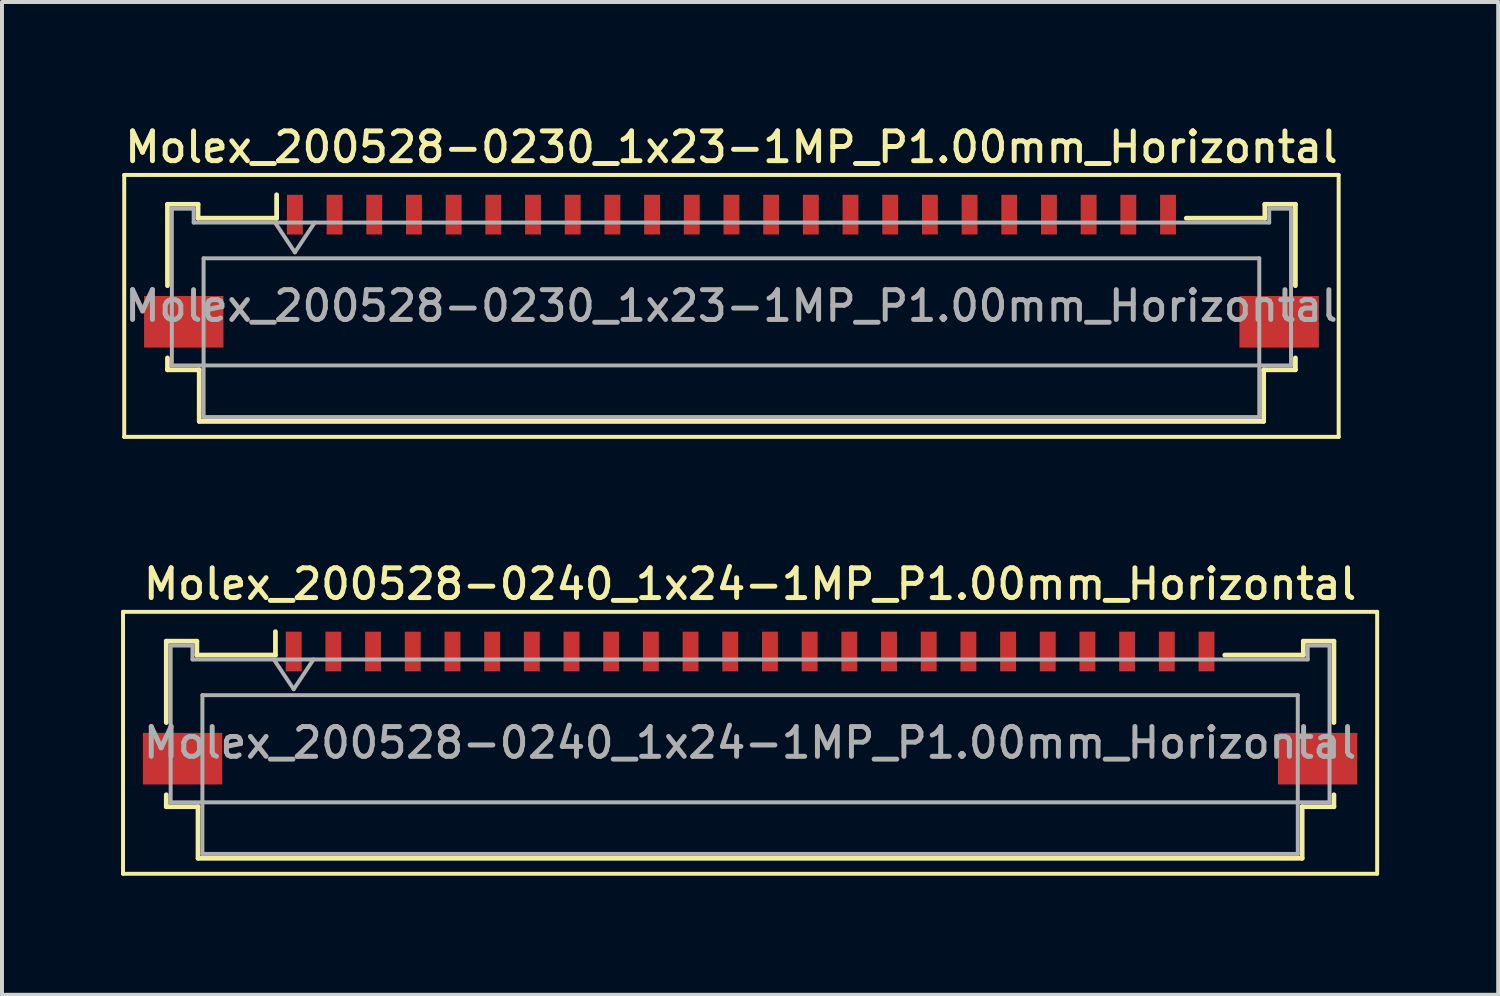
<source format=kicad_pcb>
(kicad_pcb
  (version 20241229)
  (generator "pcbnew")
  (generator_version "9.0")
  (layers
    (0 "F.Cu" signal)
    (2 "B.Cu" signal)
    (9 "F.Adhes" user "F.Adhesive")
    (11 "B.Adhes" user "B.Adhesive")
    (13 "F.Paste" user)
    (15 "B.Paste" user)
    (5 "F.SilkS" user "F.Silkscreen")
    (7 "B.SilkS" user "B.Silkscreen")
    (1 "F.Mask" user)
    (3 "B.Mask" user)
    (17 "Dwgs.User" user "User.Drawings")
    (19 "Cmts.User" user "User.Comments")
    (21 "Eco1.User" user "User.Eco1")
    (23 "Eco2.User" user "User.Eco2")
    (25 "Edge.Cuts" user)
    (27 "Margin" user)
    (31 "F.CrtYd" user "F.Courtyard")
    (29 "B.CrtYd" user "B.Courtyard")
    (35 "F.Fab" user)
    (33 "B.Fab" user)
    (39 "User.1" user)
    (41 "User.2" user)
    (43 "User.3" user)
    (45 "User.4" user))
  (footprint "Molex_200528-0230_1x23-1MP_P1.00mm_Horizontal"
    (layer "F.Cu")
    (at 15.38 3.268)
    (property "Reference" "Molex_200528-0230_1x23-1MP_P1.00mm_Horizontal" (at 0 -2.61 0) (layer "F.SilkS") (effects (font (size 0.75 0.75) (thickness 0.125))))
    (attr smd)
    (fp_line (start -15.3 -1.91) (end -15.3 4.69) (stroke (width 0.1) (type solid)) (layer "F.SilkS"))
    (fp_line (start -15.3 4.69) (end 15.3 4.69) (stroke (width 0.1) (type solid)) (layer "F.SilkS"))
    (fp_line (start -14.21 -1.17) (end -14.21 0.88) (stroke (width 0.12) (type solid)) (layer "F.SilkS"))
    (fp_line (start -14.21 2.7) (end -14.21 3) (stroke (width 0.12) (type solid)) (layer "F.SilkS"))
    (fp_line (start -14.21 3) (end -13.41 3) (stroke (width 0.12) (type solid)) (layer "F.SilkS"))
    (fp_line (start -13.44 -1.17) (end -14.21 -1.17) (stroke (width 0.12) (type solid)) (layer "F.SilkS"))
    (fp_line (start -13.44 -0.82) (end -13.44 -1.17) (stroke (width 0.12) (type solid)) (layer "F.SilkS"))
    (fp_line (start -13.41 3) (end -13.41 4.3) (stroke (width 0.12) (type solid)) (layer "F.SilkS"))
    (fp_line (start -13.41 4.3) (end 13.41 4.3) (stroke (width 0.12) (type solid)) (layer "F.SilkS"))
    (fp_line (start -11.46 -1.41) (end -11.46 -0.82) (stroke (width 0.12) (type solid)) (layer "F.SilkS"))
    (fp_line (start -11.46 -0.82) (end -13.44 -0.82) (stroke (width 0.12) (type solid)) (layer "F.SilkS"))
    (fp_line (start 13.41 3) (end 14.21 3) (stroke (width 0.12) (type solid)) (layer "F.SilkS"))
    (fp_line (start 13.41 4.3) (end 13.41 3) (stroke (width 0.12) (type solid)) (layer "F.SilkS"))
    (fp_line (start 13.44 -1.17) (end 13.44 -0.82) (stroke (width 0.12) (type solid)) (layer "F.SilkS"))
    (fp_line (start 13.44 -0.82) (end 11.46 -0.82) (stroke (width 0.12) (type solid)) (layer "F.SilkS"))
    (fp_line (start 14.21 -1.17) (end 13.44 -1.17) (stroke (width 0.12) (type solid)) (layer "F.SilkS"))
    (fp_line (start 14.21 0.88) (end 14.21 -1.17) (stroke (width 0.12) (type solid)) (layer "F.SilkS"))
    (fp_line (start 14.21 3) (end 14.21 2.7) (stroke (width 0.12) (type solid)) (layer "F.SilkS"))
    (fp_line (start 15.3 -1.91) (end -15.3 -1.91) (stroke (width 0.1) (type solid)) (layer "F.SilkS"))
    (fp_line (start 15.3 4.69) (end 15.3 -1.91) (stroke (width 0.1) (type solid)) (layer "F.SilkS"))
    (fp_line (start -14.1 -1.06) (end -14.1 2.89) (stroke (width 0.1) (type solid)) (layer "F.Fab"))
    (fp_line (start -14.1 2.89) (end 14.1 2.89) (stroke (width 0.1) (type solid)) (layer "F.Fab"))
    (fp_line (start -13.55 -1.06) (end -14.1 -1.06) (stroke (width 0.1) (type solid)) (layer "F.Fab"))
    (fp_line (start -13.55 -0.71) (end -13.55 -1.06) (stroke (width 0.1) (type solid)) (layer "F.Fab"))
    (fp_line (start -13.3 0.19) (end -13.3 4.19) (stroke (width 0.1) (type solid)) (layer "F.Fab"))
    (fp_line (start -13.3 4.19) (end 13.3 4.19) (stroke (width 0.1) (type solid)) (layer "F.Fab"))
    (fp_line (start -11.5 -0.71) (end -11 0.04) (stroke (width 0.1) (type solid)) (layer "F.Fab"))
    (fp_line (start -11 0.04) (end -10.5 -0.71) (stroke (width 0.1) (type solid)) (layer "F.Fab"))
    (fp_line (start 13.3 0.19) (end -13.3 0.19) (stroke (width 0.1) (type solid)) (layer "F.Fab"))
    (fp_line (start 13.3 4.19) (end 13.3 0.19) (stroke (width 0.1) (type solid)) (layer "F.Fab"))
    (fp_line (start 13.55 -1.06) (end 13.55 -0.71) (stroke (width 0.1) (type solid)) (layer "F.Fab"))
    (fp_line (start 13.55 -0.71) (end -13.55 -0.71) (stroke (width 0.1) (type solid)) (layer "F.Fab"))
    (fp_line (start 14.1 -1.06) (end 13.55 -1.06) (stroke (width 0.1) (type solid)) (layer "F.Fab"))
    (fp_line (start 14.1 2.89) (end 14.1 -1.06) (stroke (width 0.1) (type solid)) (layer "F.Fab"))
    (fp_text user "${REFERENCE}" (at 0 1.39 0) (layer "F.Fab") (effects (font (size 0.75 0.75) (thickness 0.125))))
    (pad "1" smd rect (at -11 -0.91) (size 0.4 1) (layers "F.Cu" "F.Mask" "F.Paste"))
    (pad "2" smd rect (at -10 -0.91) (size 0.4 1) (layers "F.Cu" "F.Mask" "F.Paste"))
    (pad "3" smd rect (at -9 -0.91) (size 0.4 1) (layers "F.Cu" "F.Mask" "F.Paste"))
    (pad "4" smd rect (at -8 -0.91) (size 0.4 1) (layers "F.Cu" "F.Mask" "F.Paste"))
    (pad "5" smd rect (at -7 -0.91) (size 0.4 1) (layers "F.Cu" "F.Mask" "F.Paste"))
    (pad "6" smd rect (at -6 -0.91) (size 0.4 1) (layers "F.Cu" "F.Mask" "F.Paste"))
    (pad "7" smd rect (at -5 -0.91) (size 0.4 1) (layers "F.Cu" "F.Mask" "F.Paste"))
    (pad "8" smd rect (at -4 -0.91) (size 0.4 1) (layers "F.Cu" "F.Mask" "F.Paste"))
    (pad "9" smd rect (at -3 -0.91) (size 0.4 1) (layers "F.Cu" "F.Mask" "F.Paste"))
    (pad "10" smd rect (at -2 -0.91) (size 0.4 1) (layers "F.Cu" "F.Mask" "F.Paste"))
    (pad "11" smd rect (at -1 -0.91) (size 0.4 1) (layers "F.Cu" "F.Mask" "F.Paste"))
    (pad "12" smd rect (at 0 -0.91) (size 0.4 1) (layers "F.Cu" "F.Mask" "F.Paste"))
    (pad "13" smd rect (at 1 -0.91) (size 0.4 1) (layers "F.Cu" "F.Mask" "F.Paste"))
    (pad "14" smd rect (at 2 -0.91) (size 0.4 1) (layers "F.Cu" "F.Mask" "F.Paste"))
    (pad "15" smd rect (at 3 -0.91) (size 0.4 1) (layers "F.Cu" "F.Mask" "F.Paste"))
    (pad "16" smd rect (at 4 -0.91) (size 0.4 1) (layers "F.Cu" "F.Mask" "F.Paste"))
    (pad "17" smd rect (at 5 -0.91) (size 0.4 1) (layers "F.Cu" "F.Mask" "F.Paste"))
    (pad "18" smd rect (at 6 -0.91) (size 0.4 1) (layers "F.Cu" "F.Mask" "F.Paste"))
    (pad "19" smd rect (at 7 -0.91) (size 0.4 1) (layers "F.Cu" "F.Mask" "F.Paste"))
    (pad "20" smd rect (at 8 -0.91) (size 0.4 1) (layers "F.Cu" "F.Mask" "F.Paste"))
    (pad "21" smd rect (at 9 -0.91) (size 0.4 1) (layers "F.Cu" "F.Mask" "F.Paste"))
    (pad "22" smd rect (at 10 -0.91) (size 0.4 1) (layers "F.Cu" "F.Mask" "F.Paste"))
    (pad "23" smd rect (at 11 -0.91) (size 0.4 1) (layers "F.Cu" "F.Mask" "F.Paste"))
    (pad "MP" smd rect (at -13.8 1.79) (size 2 1.3) (layers "F.Cu" "F.Mask" "F.Paste"))
    (pad "MP" smd rect (at 13.8 1.79) (size 2 1.3) (layers "F.Cu" "F.Mask" "F.Paste")))
  (footprint "Molex_200528-0240_1x24-1MP_P1.00mm_Horizontal"
    (layer "F.Cu")
    (at 15.85 14.276)
    (property "Reference" "Molex_200528-0240_1x24-1MP_P1.00mm_Horizontal" (at 0 -2.61 0) (layer "F.SilkS") (effects (font (size 0.75 0.75) (thickness 0.125))))
    (attr smd)
    (fp_line (start -15.8 -1.91) (end -15.8 4.69) (stroke (width 0.1) (type solid)) (layer "F.SilkS"))
    (fp_line (start -15.8 4.69) (end 15.8 4.69) (stroke (width 0.1) (type solid)) (layer "F.SilkS"))
    (fp_line (start -14.71 -1.17) (end -14.71 0.88) (stroke (width 0.12) (type solid)) (layer "F.SilkS"))
    (fp_line (start -14.71 2.7) (end -14.71 3) (stroke (width 0.12) (type solid)) (layer "F.SilkS"))
    (fp_line (start -14.71 3) (end -13.91 3) (stroke (width 0.12) (type solid)) (layer "F.SilkS"))
    (fp_line (start -13.94 -1.17) (end -14.71 -1.17) (stroke (width 0.12) (type solid)) (layer "F.SilkS"))
    (fp_line (start -13.94 -0.82) (end -13.94 -1.17) (stroke (width 0.12) (type solid)) (layer "F.SilkS"))
    (fp_line (start -13.91 3) (end -13.91 4.3) (stroke (width 0.12) (type solid)) (layer "F.SilkS"))
    (fp_line (start -13.91 4.3) (end 13.91 4.3) (stroke (width 0.12) (type solid)) (layer "F.SilkS"))
    (fp_line (start -11.96 -1.41) (end -11.96 -0.82) (stroke (width 0.12) (type solid)) (layer "F.SilkS"))
    (fp_line (start -11.96 -0.82) (end -13.94 -0.82) (stroke (width 0.12) (type solid)) (layer "F.SilkS"))
    (fp_line (start 13.91 3) (end 14.71 3) (stroke (width 0.12) (type solid)) (layer "F.SilkS"))
    (fp_line (start 13.91 4.3) (end 13.91 3) (stroke (width 0.12) (type solid)) (layer "F.SilkS"))
    (fp_line (start 13.94 -1.17) (end 13.94 -0.82) (stroke (width 0.12) (type solid)) (layer "F.SilkS"))
    (fp_line (start 13.94 -0.82) (end 11.96 -0.82) (stroke (width 0.12) (type solid)) (layer "F.SilkS"))
    (fp_line (start 14.71 -1.17) (end 13.94 -1.17) (stroke (width 0.12) (type solid)) (layer "F.SilkS"))
    (fp_line (start 14.71 0.88) (end 14.71 -1.17) (stroke (width 0.12) (type solid)) (layer "F.SilkS"))
    (fp_line (start 14.71 3) (end 14.71 2.7) (stroke (width 0.12) (type solid)) (layer "F.SilkS"))
    (fp_line (start 15.8 -1.91) (end -15.8 -1.91) (stroke (width 0.1) (type solid)) (layer "F.SilkS"))
    (fp_line (start 15.8 4.69) (end 15.8 -1.91) (stroke (width 0.1) (type solid)) (layer "F.SilkS"))
    (fp_line (start -14.6 -1.06) (end -14.6 2.89) (stroke (width 0.1) (type solid)) (layer "F.Fab"))
    (fp_line (start -14.6 2.89) (end 14.6 2.89) (stroke (width 0.1) (type solid)) (layer "F.Fab"))
    (fp_line (start -14.05 -1.06) (end -14.6 -1.06) (stroke (width 0.1) (type solid)) (layer "F.Fab"))
    (fp_line (start -14.05 -0.71) (end -14.05 -1.06) (stroke (width 0.1) (type solid)) (layer "F.Fab"))
    (fp_line (start -13.8 0.19) (end -13.8 4.19) (stroke (width 0.1) (type solid)) (layer "F.Fab"))
    (fp_line (start -13.8 4.19) (end 13.8 4.19) (stroke (width 0.1) (type solid)) (layer "F.Fab"))
    (fp_line (start -12 -0.71) (end -11.5 0.04) (stroke (width 0.1) (type solid)) (layer "F.Fab"))
    (fp_line (start -11.5 0.04) (end -11 -0.71) (stroke (width 0.1) (type solid)) (layer "F.Fab"))
    (fp_line (start 13.8 0.19) (end -13.8 0.19) (stroke (width 0.1) (type solid)) (layer "F.Fab"))
    (fp_line (start 13.8 4.19) (end 13.8 0.19) (stroke (width 0.1) (type solid)) (layer "F.Fab"))
    (fp_line (start 14.05 -1.06) (end 14.05 -0.71) (stroke (width 0.1) (type solid)) (layer "F.Fab"))
    (fp_line (start 14.05 -0.71) (end -14.05 -0.71) (stroke (width 0.1) (type solid)) (layer "F.Fab"))
    (fp_line (start 14.6 -1.06) (end 14.05 -1.06) (stroke (width 0.1) (type solid)) (layer "F.Fab"))
    (fp_line (start 14.6 2.89) (end 14.6 -1.06) (stroke (width 0.1) (type solid)) (layer "F.Fab"))
    (fp_text user "${REFERENCE}" (at 0 1.39 0) (layer "F.Fab") (effects (font (size 0.75 0.75) (thickness 0.125))))
    (pad "1" smd rect (at -11.5 -0.91) (size 0.4 1) (layers "F.Cu" "F.Mask" "F.Paste"))
    (pad "2" smd rect (at -10.5 -0.91) (size 0.4 1) (layers "F.Cu" "F.Mask" "F.Paste"))
    (pad "3" smd rect (at -9.5 -0.91) (size 0.4 1) (layers "F.Cu" "F.Mask" "F.Paste"))
    (pad "4" smd rect (at -8.5 -0.91) (size 0.4 1) (layers "F.Cu" "F.Mask" "F.Paste"))
    (pad "5" smd rect (at -7.5 -0.91) (size 0.4 1) (layers "F.Cu" "F.Mask" "F.Paste"))
    (pad "6" smd rect (at -6.5 -0.91) (size 0.4 1) (layers "F.Cu" "F.Mask" "F.Paste"))
    (pad "7" smd rect (at -5.5 -0.91) (size 0.4 1) (layers "F.Cu" "F.Mask" "F.Paste"))
    (pad "8" smd rect (at -4.5 -0.91) (size 0.4 1) (layers "F.Cu" "F.Mask" "F.Paste"))
    (pad "9" smd rect (at -3.5 -0.91) (size 0.4 1) (layers "F.Cu" "F.Mask" "F.Paste"))
    (pad "10" smd rect (at -2.5 -0.91) (size 0.4 1) (layers "F.Cu" "F.Mask" "F.Paste"))
    (pad "11" smd rect (at -1.5 -0.91) (size 0.4 1) (layers "F.Cu" "F.Mask" "F.Paste"))
    (pad "12" smd rect (at -0.5 -0.91) (size 0.4 1) (layers "F.Cu" "F.Mask" "F.Paste"))
    (pad "13" smd rect (at 0.5 -0.91) (size 0.4 1) (layers "F.Cu" "F.Mask" "F.Paste"))
    (pad "14" smd rect (at 1.5 -0.91) (size 0.4 1) (layers "F.Cu" "F.Mask" "F.Paste"))
    (pad "15" smd rect (at 2.5 -0.91) (size 0.4 1) (layers "F.Cu" "F.Mask" "F.Paste"))
    (pad "16" smd rect (at 3.5 -0.91) (size 0.4 1) (layers "F.Cu" "F.Mask" "F.Paste"))
    (pad "17" smd rect (at 4.5 -0.91) (size 0.4 1) (layers "F.Cu" "F.Mask" "F.Paste"))
    (pad "18" smd rect (at 5.5 -0.91) (size 0.4 1) (layers "F.Cu" "F.Mask" "F.Paste"))
    (pad "19" smd rect (at 6.5 -0.91) (size 0.4 1) (layers "F.Cu" "F.Mask" "F.Paste"))
    (pad "20" smd rect (at 7.5 -0.91) (size 0.4 1) (layers "F.Cu" "F.Mask" "F.Paste"))
    (pad "21" smd rect (at 8.5 -0.91) (size 0.4 1) (layers "F.Cu" "F.Mask" "F.Paste"))
    (pad "22" smd rect (at 9.5 -0.91) (size 0.4 1) (layers "F.Cu" "F.Mask" "F.Paste"))
    (pad "23" smd rect (at 10.5 -0.91) (size 0.4 1) (layers "F.Cu" "F.Mask" "F.Paste"))
    (pad "24" smd rect (at 11.5 -0.91) (size 0.4 1) (layers "F.Cu" "F.Mask" "F.Paste"))
    (pad "MP" smd rect (at -14.3 1.79) (size 2 1.3) (layers "F.Cu" "F.Mask" "F.Paste"))
    (pad "MP" smd rect (at 14.3 1.79) (size 2 1.3) (layers "F.Cu" "F.Mask" "F.Paste")))
  (gr_rect
    (start -3 -3)
    (end 34.7 22.016)
    (stroke (width 0.1) (type default))
    (fill no)
    (layer "Edge.Cuts")))
</source>
